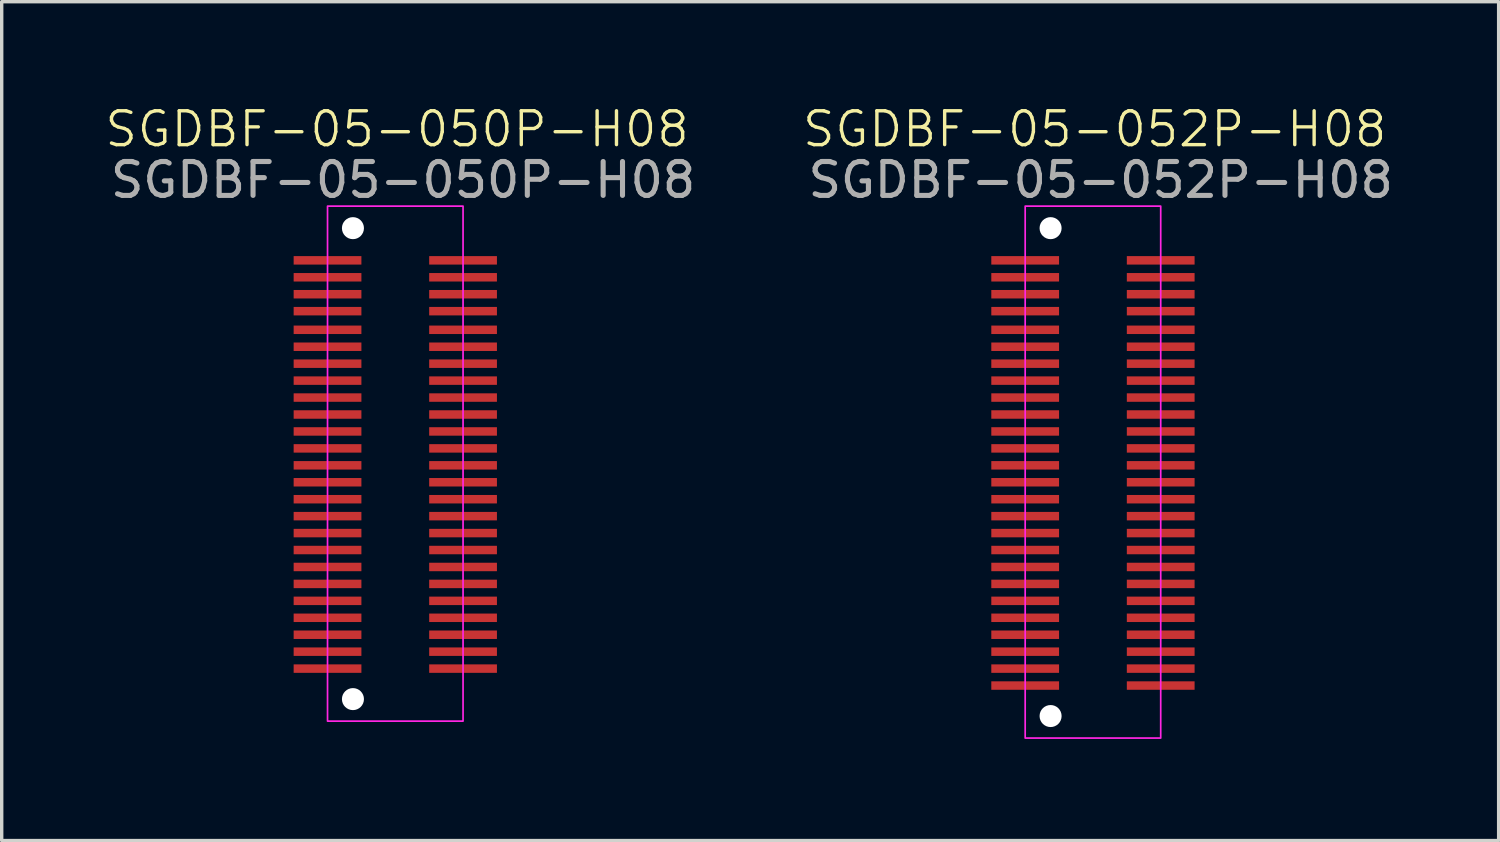
<source format=kicad_pcb>
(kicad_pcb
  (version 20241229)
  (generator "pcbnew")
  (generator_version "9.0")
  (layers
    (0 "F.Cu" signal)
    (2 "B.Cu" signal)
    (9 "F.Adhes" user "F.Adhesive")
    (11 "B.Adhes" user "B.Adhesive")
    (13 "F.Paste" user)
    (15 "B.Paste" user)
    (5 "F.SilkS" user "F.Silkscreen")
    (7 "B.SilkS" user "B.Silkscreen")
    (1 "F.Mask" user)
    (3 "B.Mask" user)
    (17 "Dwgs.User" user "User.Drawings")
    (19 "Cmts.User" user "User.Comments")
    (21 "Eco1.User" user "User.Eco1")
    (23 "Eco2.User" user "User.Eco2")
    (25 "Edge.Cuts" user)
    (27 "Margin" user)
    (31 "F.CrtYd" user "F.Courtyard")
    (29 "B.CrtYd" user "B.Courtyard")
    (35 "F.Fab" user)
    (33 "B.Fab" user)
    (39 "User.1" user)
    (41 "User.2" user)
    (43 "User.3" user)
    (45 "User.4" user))
  (footprint "SGDBF-05-050P-H08"
    (layer "F.Cu")
    (at 6.617 4.634)
    (property "Reference" "SGDBF-05-050P-H08" (at 2.052 -3.873 0) (unlocked yes) (layer "F.SilkS") (effects (font (size 1 1) (thickness 0.1))))
    (attr smd)
    (fp_rect (start 0 -1.6) (end 4 13.6) (stroke (width 0.05) (type default)) (fill no) (layer "F.CrtYd"))
    (fp_text user "${REFERENCE}" (at 2.23 -2.372 0) (unlocked yes) (layer "F.Fab") (effects (font (size 1 1) (thickness 0.15))))
    (pad "" np_thru_hole circle (at 0.75 -0.95) (size 0.65 0.65) (drill 0.65) (layers "*.Cu" "*.Mask"))
    (pad "" np_thru_hole circle (at 0.75 12.95) (size 0.65 0.65) (drill 0.65) (layers "*.Cu" "*.Mask"))
    (pad "1" smd rect (at 0 0 90) (size 0.25 2) (layers "F.Cu" "F.Mask" "F.Paste"))
    (pad "2" smd rect (at 4 0 90) (size 0.25 2) (layers "F.Cu" "F.Mask" "F.Paste"))
    (pad "3" smd rect (at 0 0.5 90) (size 0.25 2) (layers "F.Cu" "F.Mask" "F.Paste"))
    (pad "4" smd rect (at 4 0.5 90) (size 0.25 2) (layers "F.Cu" "F.Mask" "F.Paste"))
    (pad "5" smd rect (at 0 1 90) (size 0.25 2) (layers "F.Cu" "F.Mask" "F.Paste"))
    (pad "6" smd rect (at 4 1 90) (size 0.25 2) (layers "F.Cu" "F.Mask" "F.Paste"))
    (pad "7" smd rect (at 0 1.5 90) (size 0.25 2) (layers "F.Cu" "F.Mask" "F.Paste"))
    (pad "8" smd rect (at 4 1.5 90) (size 0.25 2) (layers "F.Cu" "F.Mask" "F.Paste"))
    (pad "9" smd rect (at 0 2.05 90) (size 0.25 2) (layers "F.Cu" "F.Mask" "F.Paste"))
    (pad "10" smd rect (at 4 2.05 90) (size 0.25 2) (layers "F.Cu" "F.Mask" "F.Paste"))
    (pad "11" smd rect (at 0 2.55 90) (size 0.25 2) (layers "F.Cu" "F.Mask" "F.Paste"))
    (pad "12" smd rect (at 4 2.55 90) (size 0.25 2) (layers "F.Cu" "F.Mask" "F.Paste"))
    (pad "13" smd rect (at 0 3.05 90) (size 0.25 2) (layers "F.Cu" "F.Mask" "F.Paste"))
    (pad "14" smd rect (at 4 3.05 90) (size 0.25 2) (layers "F.Cu" "F.Mask" "F.Paste"))
    (pad "15" smd rect (at 0 3.55 90) (size 0.25 2) (layers "F.Cu" "F.Mask" "F.Paste"))
    (pad "16" smd rect (at 4 3.55 90) (size 0.25 2) (layers "F.Cu" "F.Mask" "F.Paste"))
    (pad "17" smd rect (at 0 4.05 90) (size 0.25 2) (layers "F.Cu" "F.Mask" "F.Paste"))
    (pad "18" smd rect (at 4 4.05 90) (size 0.25 2) (layers "F.Cu" "F.Mask" "F.Paste"))
    (pad "19" smd rect (at 0 4.55 90) (size 0.25 2) (layers "F.Cu" "F.Mask" "F.Paste"))
    (pad "20" smd rect (at 4 4.55 90) (size 0.25 2) (layers "F.Cu" "F.Mask" "F.Paste"))
    (pad "21" smd rect (at 0 5.05 90) (size 0.25 2) (layers "F.Cu" "F.Mask" "F.Paste"))
    (pad "22" smd rect (at 4 5.05 90) (size 0.25 2) (layers "F.Cu" "F.Mask" "F.Paste"))
    (pad "23" smd rect (at 0 5.55 90) (size 0.25 2) (layers "F.Cu" "F.Mask" "F.Paste"))
    (pad "24" smd rect (at 4 5.55 90) (size 0.25 2) (layers "F.Cu" "F.Mask" "F.Paste"))
    (pad "25" smd rect (at 0 6.05 90) (size 0.25 2) (layers "F.Cu" "F.Mask" "F.Paste"))
    (pad "26" smd rect (at 4 6.05 90) (size 0.25 2) (layers "F.Cu" "F.Mask" "F.Paste"))
    (pad "27" smd rect (at 0 6.55 90) (size 0.25 2) (layers "F.Cu" "F.Mask" "F.Paste"))
    (pad "28" smd rect (at 4 6.55 90) (size 0.25 2) (layers "F.Cu" "F.Mask" "F.Paste"))
    (pad "29" smd rect (at 0 7.05 90) (size 0.25 2) (layers "F.Cu" "F.Mask" "F.Paste"))
    (pad "30" smd rect (at 4 7.05 90) (size 0.25 2) (layers "F.Cu" "F.Mask" "F.Paste"))
    (pad "31" smd rect (at 0 7.55 90) (size 0.25 2) (layers "F.Cu" "F.Mask" "F.Paste"))
    (pad "32" smd rect (at 4 7.55 90) (size 0.25 2) (layers "F.Cu" "F.Mask" "F.Paste"))
    (pad "33" smd rect (at 0 8.05 90) (size 0.25 2) (layers "F.Cu" "F.Mask" "F.Paste"))
    (pad "34" smd rect (at 4 8.05 90) (size 0.25 2) (layers "F.Cu" "F.Mask" "F.Paste"))
    (pad "35" smd rect (at 0 8.55 90) (size 0.25 2) (layers "F.Cu" "F.Mask" "F.Paste"))
    (pad "36" smd rect (at 4 8.55 90) (size 0.25 2) (layers "F.Cu" "F.Mask" "F.Paste"))
    (pad "37" smd rect (at 0 9.05 90) (size 0.25 2) (layers "F.Cu" "F.Mask" "F.Paste"))
    (pad "38" smd rect (at 4 9.05 90) (size 0.25 2) (layers "F.Cu" "F.Mask" "F.Paste"))
    (pad "39" smd rect (at 0 9.55 90) (size 0.25 2) (layers "F.Cu" "F.Mask" "F.Paste"))
    (pad "40" smd rect (at 4 9.55 90) (size 0.25 2) (layers "F.Cu" "F.Mask" "F.Paste"))
    (pad "41" smd rect (at 0 10.05 90) (size 0.25 2) (layers "F.Cu" "F.Mask" "F.Paste"))
    (pad "42" smd rect (at 4 10.05 90) (size 0.25 2) (layers "F.Cu" "F.Mask" "F.Paste"))
    (pad "43" smd rect (at 0 10.55 90) (size 0.25 2) (layers "F.Cu" "F.Mask" "F.Paste"))
    (pad "44" smd rect (at 4 10.55 90) (size 0.25 2) (layers "F.Cu" "F.Mask" "F.Paste"))
    (pad "45" smd rect (at 0 11.05 90) (size 0.25 2) (layers "F.Cu" "F.Mask" "F.Paste"))
    (pad "46" smd rect (at 4 11.05 90) (size 0.25 2) (layers "F.Cu" "F.Mask" "F.Paste"))
    (pad "47" smd rect (at 0 11.55 90) (size 0.25 2) (layers "F.Cu" "F.Mask" "F.Paste"))
    (pad "48" smd rect (at 4 11.55 90) (size 0.25 2) (layers "F.Cu" "F.Mask" "F.Paste"))
    (pad "49" smd rect (at 0 12.05 90) (size 0.25 2) (layers "F.Cu" "F.Mask" "F.Paste"))
    (pad "50" smd rect (at 4 12.05 90) (size 0.25 2) (layers "F.Cu" "F.Mask" "F.Paste")))
  (footprint "SGDBF-05-052P-H08"
    (layer "F.Cu")
    (at 27.208 3.034)
    (property "Reference" "SGDBF-05-052P-H08" (at 2.052 -2.273 0) (unlocked yes) (layer "F.SilkS") (effects (font (size 1 1) (thickness 0.1))))
    (attr smd)
    (fp_rect (start 0 0) (end 4 15.7) (stroke (width 0.05) (type default)) (fill no) (layer "F.CrtYd"))
    (fp_text user "${REFERENCE}" (at 2.23 -0.772 0) (unlocked yes) (layer "F.Fab") (effects (font (size 1 1) (thickness 0.15))))
    (pad "" np_thru_hole circle (at 0.75 0.65) (size 0.65 0.65) (drill 0.65) (layers "*.Cu" "*.Mask"))
    (pad "" np_thru_hole circle (at 0.75 15.05) (size 0.65 0.65) (drill 0.65) (layers "*.Cu" "*.Mask"))
    (pad "1" smd rect (at 0 1.6 90) (size 0.25 2) (layers "F.Cu" "F.Mask" "F.Paste"))
    (pad "2" smd rect (at 4 1.6 90) (size 0.25 2) (layers "F.Cu" "F.Mask" "F.Paste"))
    (pad "3" smd rect (at 0 2.1 90) (size 0.25 2) (layers "F.Cu" "F.Mask" "F.Paste"))
    (pad "4" smd rect (at 4 2.1 90) (size 0.25 2) (layers "F.Cu" "F.Mask" "F.Paste"))
    (pad "5" smd rect (at 0 2.6 90) (size 0.25 2) (layers "F.Cu" "F.Mask" "F.Paste"))
    (pad "6" smd rect (at 4 2.6 90) (size 0.25 2) (layers "F.Cu" "F.Mask" "F.Paste"))
    (pad "7" smd rect (at 0 3.1 90) (size 0.25 2) (layers "F.Cu" "F.Mask" "F.Paste"))
    (pad "8" smd rect (at 4 3.1 90) (size 0.25 2) (layers "F.Cu" "F.Mask" "F.Paste"))
    (pad "9" smd rect (at 0 3.65 90) (size 0.25 2) (layers "F.Cu" "F.Mask" "F.Paste"))
    (pad "10" smd rect (at 4 3.65 90) (size 0.25 2) (layers "F.Cu" "F.Mask" "F.Paste"))
    (pad "11" smd rect (at 0 4.15 90) (size 0.25 2) (layers "F.Cu" "F.Mask" "F.Paste"))
    (pad "12" smd rect (at 4 4.15 90) (size 0.25 2) (layers "F.Cu" "F.Mask" "F.Paste"))
    (pad "13" smd rect (at 0 4.65 90) (size 0.25 2) (layers "F.Cu" "F.Mask" "F.Paste"))
    (pad "14" smd rect (at 4 4.65 90) (size 0.25 2) (layers "F.Cu" "F.Mask" "F.Paste"))
    (pad "15" smd rect (at 0 5.15 90) (size 0.25 2) (layers "F.Cu" "F.Mask" "F.Paste"))
    (pad "16" smd rect (at 4 5.15 90) (size 0.25 2) (layers "F.Cu" "F.Mask" "F.Paste"))
    (pad "17" smd rect (at 0 5.65 90) (size 0.25 2) (layers "F.Cu" "F.Mask" "F.Paste"))
    (pad "18" smd rect (at 4 5.65 90) (size 0.25 2) (layers "F.Cu" "F.Mask" "F.Paste"))
    (pad "19" smd rect (at 0 6.15 90) (size 0.25 2) (layers "F.Cu" "F.Mask" "F.Paste"))
    (pad "20" smd rect (at 4 6.15 90) (size 0.25 2) (layers "F.Cu" "F.Mask" "F.Paste"))
    (pad "21" smd rect (at 0 6.65 90) (size 0.25 2) (layers "F.Cu" "F.Mask" "F.Paste"))
    (pad "22" smd rect (at 4 6.65 90) (size 0.25 2) (layers "F.Cu" "F.Mask" "F.Paste"))
    (pad "23" smd rect (at 0 7.15 90) (size 0.25 2) (layers "F.Cu" "F.Mask" "F.Paste"))
    (pad "24" smd rect (at 4 7.15 90) (size 0.25 2) (layers "F.Cu" "F.Mask" "F.Paste"))
    (pad "25" smd rect (at 0 7.65 90) (size 0.25 2) (layers "F.Cu" "F.Mask" "F.Paste"))
    (pad "26" smd rect (at 4 7.65 90) (size 0.25 2) (layers "F.Cu" "F.Mask" "F.Paste"))
    (pad "27" smd rect (at 0 8.15 90) (size 0.25 2) (layers "F.Cu" "F.Mask" "F.Paste"))
    (pad "28" smd rect (at 4 8.15 90) (size 0.25 2) (layers "F.Cu" "F.Mask" "F.Paste"))
    (pad "29" smd rect (at 0 8.65 90) (size 0.25 2) (layers "F.Cu" "F.Mask" "F.Paste"))
    (pad "30" smd rect (at 4 8.65 90) (size 0.25 2) (layers "F.Cu" "F.Mask" "F.Paste"))
    (pad "31" smd rect (at 0 9.15 90) (size 0.25 2) (layers "F.Cu" "F.Mask" "F.Paste"))
    (pad "32" smd rect (at 4 9.15 90) (size 0.25 2) (layers "F.Cu" "F.Mask" "F.Paste"))
    (pad "33" smd rect (at 0 9.65 90) (size 0.25 2) (layers "F.Cu" "F.Mask" "F.Paste"))
    (pad "34" smd rect (at 4 9.65 90) (size 0.25 2) (layers "F.Cu" "F.Mask" "F.Paste"))
    (pad "35" smd rect (at 0 10.15 90) (size 0.25 2) (layers "F.Cu" "F.Mask" "F.Paste"))
    (pad "36" smd rect (at 4 10.15 90) (size 0.25 2) (layers "F.Cu" "F.Mask" "F.Paste"))
    (pad "37" smd rect (at 0 10.65 90) (size 0.25 2) (layers "F.Cu" "F.Mask" "F.Paste"))
    (pad "38" smd rect (at 4 10.65 90) (size 0.25 2) (layers "F.Cu" "F.Mask" "F.Paste"))
    (pad "39" smd rect (at 0 11.15 90) (size 0.25 2) (layers "F.Cu" "F.Mask" "F.Paste"))
    (pad "40" smd rect (at 4 11.15 90) (size 0.25 2) (layers "F.Cu" "F.Mask" "F.Paste"))
    (pad "41" smd rect (at 0 11.65 90) (size 0.25 2) (layers "F.Cu" "F.Mask" "F.Paste"))
    (pad "42" smd rect (at 4 11.65 90) (size 0.25 2) (layers "F.Cu" "F.Mask" "F.Paste"))
    (pad "43" smd rect (at 0 12.15 90) (size 0.25 2) (layers "F.Cu" "F.Mask" "F.Paste"))
    (pad "44" smd rect (at 4 12.15 90) (size 0.25 2) (layers "F.Cu" "F.Mask" "F.Paste"))
    (pad "45" smd rect (at 0 12.65 90) (size 0.25 2) (layers "F.Cu" "F.Mask" "F.Paste"))
    (pad "46" smd rect (at 4 12.65 90) (size 0.25 2) (layers "F.Cu" "F.Mask" "F.Paste"))
    (pad "47" smd rect (at 0 13.15 90) (size 0.25 2) (layers "F.Cu" "F.Mask" "F.Paste"))
    (pad "48" smd rect (at 4 13.15 90) (size 0.25 2) (layers "F.Cu" "F.Mask" "F.Paste"))
    (pad "49" smd rect (at 0 13.65 90) (size 0.25 2) (layers "F.Cu" "F.Mask" "F.Paste"))
    (pad "50" smd rect (at 4 13.65 90) (size 0.25 2) (layers "F.Cu" "F.Mask" "F.Paste"))
    (pad "51" smd rect (at 0 14.15 90) (size 0.25 2) (layers "F.Cu" "F.Mask" "F.Paste"))
    (pad "52" smd rect (at 4 14.15 90) (size 0.25 2) (layers "F.Cu" "F.Mask" "F.Paste")))
  (gr_rect
    (start -3 -3)
    (end 41.182 21.759)
    (stroke (width 0.1) (type default))
    (fill no)
    (layer "Edge.Cuts")))
</source>
